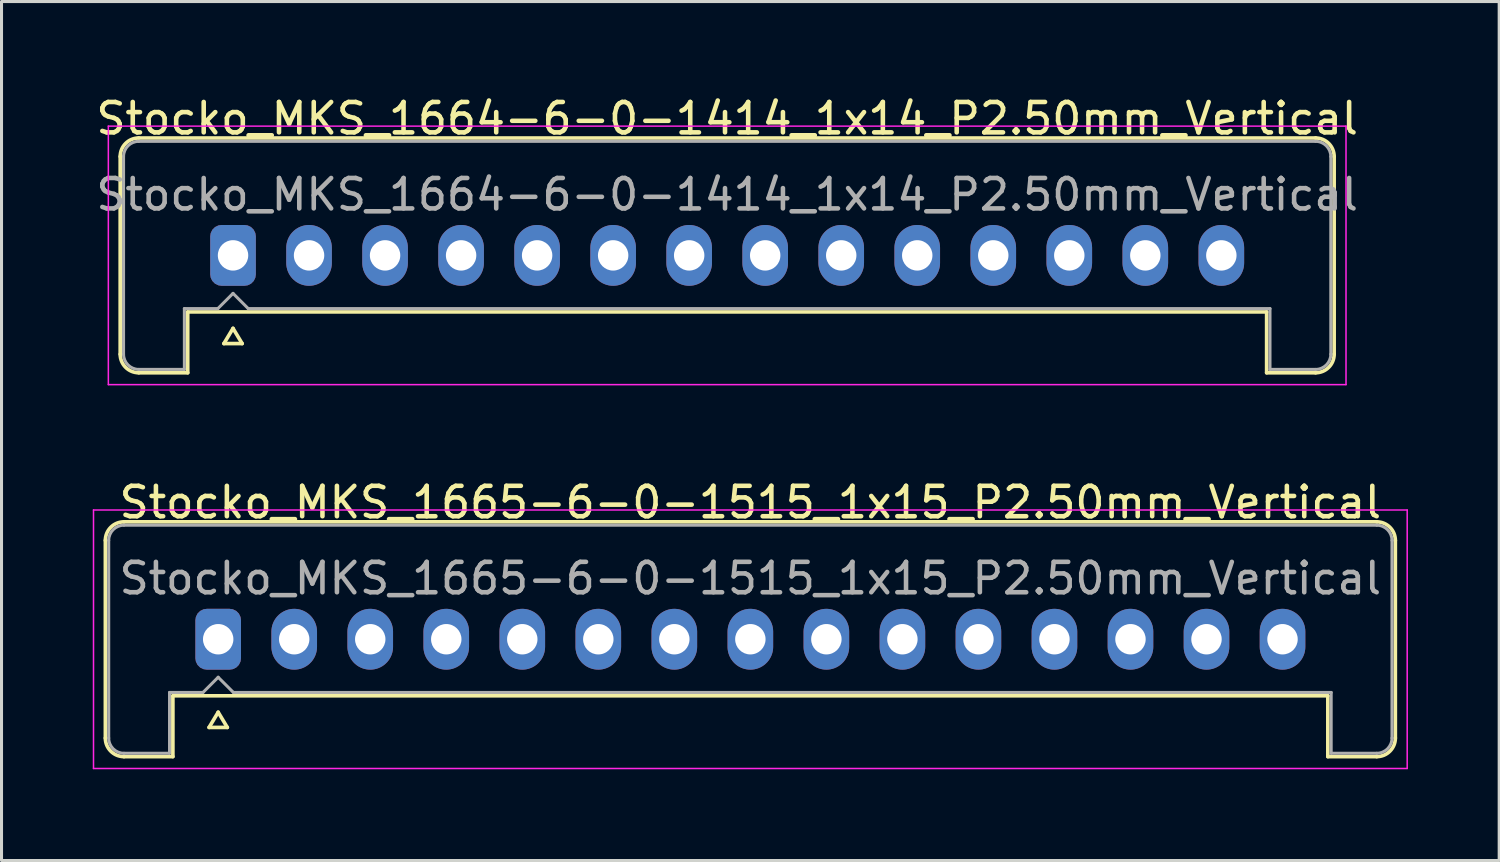
<source format=kicad_pcb>
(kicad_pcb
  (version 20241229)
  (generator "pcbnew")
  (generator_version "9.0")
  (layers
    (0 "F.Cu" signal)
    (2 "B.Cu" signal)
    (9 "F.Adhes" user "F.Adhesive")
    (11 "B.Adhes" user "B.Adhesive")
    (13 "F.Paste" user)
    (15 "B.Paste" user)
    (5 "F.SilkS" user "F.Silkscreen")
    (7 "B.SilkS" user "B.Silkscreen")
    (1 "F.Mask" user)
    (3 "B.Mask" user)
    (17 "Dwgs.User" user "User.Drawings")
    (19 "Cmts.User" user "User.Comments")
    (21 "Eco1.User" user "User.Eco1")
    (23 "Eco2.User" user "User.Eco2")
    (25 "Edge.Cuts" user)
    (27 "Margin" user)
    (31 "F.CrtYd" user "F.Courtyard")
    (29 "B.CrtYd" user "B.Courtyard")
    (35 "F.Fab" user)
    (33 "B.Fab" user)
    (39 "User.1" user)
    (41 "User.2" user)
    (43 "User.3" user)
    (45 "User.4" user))
  (footprint "Stocko_MKS_1664-6-0-1414_1x14_P2.50mm_Vertical"
    (layer "F.Cu")
    (at 4.613 5.348)
    (property "Reference" "Stocko_MKS_1664-6-0-1414_1x14_P2.50mm_Vertical" (at 16.25 -4.5 0) (layer "F.SilkS") (effects (font (size 1 1) (thickness 0.15))))
    (attr through_hole)
    (fp_line (start -3.71 -3.25) (end -3.71 3.25) (stroke (width 0.12) (type solid)) (layer "F.SilkS"))
    (fp_line (start -3.1 -3.86) (end 35.6 -3.86) (stroke (width 0.12) (type solid)) (layer "F.SilkS"))
    (fp_line (start -3.1 3.86) (end -1.49 3.86) (stroke (width 0.12) (type solid)) (layer "F.SilkS"))
    (fp_line (start -1.49 1.86) (end 33.99 1.86) (stroke (width 0.12) (type solid)) (layer "F.SilkS"))
    (fp_line (start -1.49 3.86) (end -1.49 1.86) (stroke (width 0.12) (type solid)) (layer "F.SilkS"))
    (fp_line (start -0.3 2.9) (end 0.3 2.9) (stroke (width 0.12) (type solid)) (layer "F.SilkS"))
    (fp_line (start 0 2.4) (end -0.3 2.9) (stroke (width 0.12) (type solid)) (layer "F.SilkS"))
    (fp_line (start 0.3 2.9) (end 0 2.4) (stroke (width 0.12) (type solid)) (layer "F.SilkS"))
    (fp_line (start 33.99 3.86) (end 33.99 1.86) (stroke (width 0.12) (type solid)) (layer "F.SilkS"))
    (fp_line (start 35.6 3.86) (end 33.99 3.86) (stroke (width 0.12) (type solid)) (layer "F.SilkS"))
    (fp_line (start 36.21 -3.25) (end 36.21 3.25) (stroke (width 0.12) (type solid)) (layer "F.SilkS"))
    (fp_arc (start -3.71 -3.25) (mid -3.531335 -3.681335) (end -3.1 -3.86) (stroke (width 0.12) (type solid)) (layer "F.SilkS"))
    (fp_arc (start -3.1 3.86) (mid -3.531335 3.681335) (end -3.71 3.25) (stroke (width 0.12) (type solid)) (layer "F.SilkS"))
    (fp_arc (start 35.6 -3.86) (mid 36.031335 -3.681335) (end 36.21 -3.25) (stroke (width 0.12) (type solid)) (layer "F.SilkS"))
    (fp_arc (start 36.21 3.25) (mid 36.031335 3.681335) (end 35.6 3.86) (stroke (width 0.12) (type solid)) (layer "F.SilkS"))
    (fp_line (start -4.1 -4.25) (end -4.1 4.25) (stroke (width 0.05) (type solid)) (layer "F.CrtYd"))
    (fp_line (start -4.1 4.25) (end 36.6 4.25) (stroke (width 0.05) (type solid)) (layer "F.CrtYd"))
    (fp_line (start 36.6 -4.25) (end -4.1 -4.25) (stroke (width 0.05) (type solid)) (layer "F.CrtYd"))
    (fp_line (start 36.6 4.25) (end 36.6 -4.25) (stroke (width 0.05) (type solid)) (layer "F.CrtYd"))
    (fp_line (start -3.6 -3.25) (end -3.6 3.25) (stroke (width 0.1) (type solid)) (layer "F.Fab"))
    (fp_line (start -3.1 -3.75) (end 35.6 -3.75) (stroke (width 0.1) (type solid)) (layer "F.Fab"))
    (fp_line (start -3.1 3.75) (end -1.6 3.75) (stroke (width 0.1) (type solid)) (layer "F.Fab"))
    (fp_line (start -1.6 1.75) (end -0.5 1.75) (stroke (width 0.1) (type solid)) (layer "F.Fab"))
    (fp_line (start -1.6 3.75) (end -1.6 1.75) (stroke (width 0.1) (type solid)) (layer "F.Fab"))
    (fp_line (start -0.5 1.75) (end 0 1.25) (stroke (width 0.1) (type solid)) (layer "F.Fab"))
    (fp_line (start 0 1.25) (end 0.5 1.75) (stroke (width 0.1) (type solid)) (layer "F.Fab"))
    (fp_line (start 0.5 1.75) (end 34.1 1.75) (stroke (width 0.1) (type solid)) (layer "F.Fab"))
    (fp_line (start 34.1 3.75) (end 34.1 1.75) (stroke (width 0.1) (type solid)) (layer "F.Fab"))
    (fp_line (start 35.6 3.75) (end 34.1 3.75) (stroke (width 0.1) (type solid)) (layer "F.Fab"))
    (fp_line (start 36.1 -3.25) (end 36.1 3.25) (stroke (width 0.1) (type solid)) (layer "F.Fab"))
    (fp_arc (start -3.6 -3.25) (mid -3.453553 -3.603553) (end -3.1 -3.75) (stroke (width 0.1) (type solid)) (layer "F.Fab"))
    (fp_arc (start -3.1 3.75) (mid -3.453553 3.603553) (end -3.6 3.25) (stroke (width 0.1) (type solid)) (layer "F.Fab"))
    (fp_arc (start 35.6 -3.75) (mid 35.953553 -3.603553) (end 36.1 -3.25) (stroke (width 0.1) (type solid)) (layer "F.Fab"))
    (fp_arc (start 36.1 3.25) (mid 35.953553 3.603553) (end 35.6 3.75) (stroke (width 0.1) (type solid)) (layer "F.Fab"))
    (fp_text user "${REFERENCE}" (at 16.25 -2 0) (layer "F.Fab") (effects (font (size 1 1) (thickness 0.15))))
    (pad "1" thru_hole roundrect (at 0 0) (size 1.5 2) (drill 1) (layers "*.Cu" "*.Mask") (roundrect_rratio 0.25))
    (pad "2" thru_hole oval (at 2.5 0) (size 1.5 2) (drill 1) (layers "*.Cu" "*.Mask"))
    (pad "3" thru_hole oval (at 5 0) (size 1.5 2) (drill 1) (layers "*.Cu" "*.Mask"))
    (pad "4" thru_hole oval (at 7.5 0) (size 1.5 2) (drill 1) (layers "*.Cu" "*.Mask"))
    (pad "5" thru_hole oval (at 10 0) (size 1.5 2) (drill 1) (layers "*.Cu" "*.Mask"))
    (pad "6" thru_hole oval (at 12.5 0) (size 1.5 2) (drill 1) (layers "*.Cu" "*.Mask"))
    (pad "7" thru_hole oval (at 15 0) (size 1.5 2) (drill 1) (layers "*.Cu" "*.Mask"))
    (pad "8" thru_hole oval (at 17.5 0) (size 1.5 2) (drill 1) (layers "*.Cu" "*.Mask"))
    (pad "9" thru_hole oval (at 20 0) (size 1.5 2) (drill 1) (layers "*.Cu" "*.Mask"))
    (pad "10" thru_hole oval (at 22.5 0) (size 1.5 2) (drill 1) (layers "*.Cu" "*.Mask"))
    (pad "11" thru_hole oval (at 25 0) (size 1.5 2) (drill 1) (layers "*.Cu" "*.Mask"))
    (pad "12" thru_hole oval (at 27.5 0) (size 1.5 2) (drill 1) (layers "*.Cu" "*.Mask"))
    (pad "13" thru_hole oval (at 30 0) (size 1.5 2) (drill 1) (layers "*.Cu" "*.Mask"))
    (pad "14" thru_hole oval (at 32.5 0) (size 1.5 2) (drill 1) (layers "*.Cu" "*.Mask")))
  (footprint "Stocko_MKS_1665-6-0-1515_1x15_P2.50mm_Vertical"
    (layer "F.Cu")
    (at 4.125 17.971)
    (property "Reference" "Stocko_MKS_1665-6-0-1515_1x15_P2.50mm_Vertical" (at 17.5 -4.5 0) (layer "F.SilkS") (effects (font (size 1 1) (thickness 0.15))))
    (attr through_hole)
    (fp_line (start -3.71 -3.25) (end -3.71 3.25) (stroke (width 0.12) (type solid)) (layer "F.SilkS"))
    (fp_line (start -3.1 -3.86) (end 38.1 -3.86) (stroke (width 0.12) (type solid)) (layer "F.SilkS"))
    (fp_line (start -3.1 3.86) (end -1.49 3.86) (stroke (width 0.12) (type solid)) (layer "F.SilkS"))
    (fp_line (start -1.49 1.86) (end 36.49 1.86) (stroke (width 0.12) (type solid)) (layer "F.SilkS"))
    (fp_line (start -1.49 3.86) (end -1.49 1.86) (stroke (width 0.12) (type solid)) (layer "F.SilkS"))
    (fp_line (start -0.3 2.9) (end 0.3 2.9) (stroke (width 0.12) (type solid)) (layer "F.SilkS"))
    (fp_line (start 0 2.4) (end -0.3 2.9) (stroke (width 0.12) (type solid)) (layer "F.SilkS"))
    (fp_line (start 0.3 2.9) (end 0 2.4) (stroke (width 0.12) (type solid)) (layer "F.SilkS"))
    (fp_line (start 36.49 3.86) (end 36.49 1.86) (stroke (width 0.12) (type solid)) (layer "F.SilkS"))
    (fp_line (start 38.1 3.86) (end 36.49 3.86) (stroke (width 0.12) (type solid)) (layer "F.SilkS"))
    (fp_line (start 38.71 -3.25) (end 38.71 3.25) (stroke (width 0.12) (type solid)) (layer "F.SilkS"))
    (fp_arc (start -3.71 -3.25) (mid -3.531335 -3.681335) (end -3.1 -3.86) (stroke (width 0.12) (type solid)) (layer "F.SilkS"))
    (fp_arc (start -3.1 3.86) (mid -3.531335 3.681335) (end -3.71 3.25) (stroke (width 0.12) (type solid)) (layer "F.SilkS"))
    (fp_arc (start 38.1 -3.86) (mid 38.531335 -3.681335) (end 38.71 -3.25) (stroke (width 0.12) (type solid)) (layer "F.SilkS"))
    (fp_arc (start 38.71 3.25) (mid 38.531335 3.681335) (end 38.1 3.86) (stroke (width 0.12) (type solid)) (layer "F.SilkS"))
    (fp_line (start -4.1 -4.25) (end -4.1 4.25) (stroke (width 0.05) (type solid)) (layer "F.CrtYd"))
    (fp_line (start -4.1 4.25) (end 39.1 4.25) (stroke (width 0.05) (type solid)) (layer "F.CrtYd"))
    (fp_line (start 39.1 -4.25) (end -4.1 -4.25) (stroke (width 0.05) (type solid)) (layer "F.CrtYd"))
    (fp_line (start 39.1 4.25) (end 39.1 -4.25) (stroke (width 0.05) (type solid)) (layer "F.CrtYd"))
    (fp_line (start -3.6 -3.25) (end -3.6 3.25) (stroke (width 0.1) (type solid)) (layer "F.Fab"))
    (fp_line (start -3.1 -3.75) (end 38.1 -3.75) (stroke (width 0.1) (type solid)) (layer "F.Fab"))
    (fp_line (start -3.1 3.75) (end -1.6 3.75) (stroke (width 0.1) (type solid)) (layer "F.Fab"))
    (fp_line (start -1.6 1.75) (end -0.5 1.75) (stroke (width 0.1) (type solid)) (layer "F.Fab"))
    (fp_line (start -1.6 3.75) (end -1.6 1.75) (stroke (width 0.1) (type solid)) (layer "F.Fab"))
    (fp_line (start -0.5 1.75) (end 0 1.25) (stroke (width 0.1) (type solid)) (layer "F.Fab"))
    (fp_line (start 0 1.25) (end 0.5 1.75) (stroke (width 0.1) (type solid)) (layer "F.Fab"))
    (fp_line (start 0.5 1.75) (end 36.6 1.75) (stroke (width 0.1) (type solid)) (layer "F.Fab"))
    (fp_line (start 36.6 3.75) (end 36.6 1.75) (stroke (width 0.1) (type solid)) (layer "F.Fab"))
    (fp_line (start 38.1 3.75) (end 36.6 3.75) (stroke (width 0.1) (type solid)) (layer "F.Fab"))
    (fp_line (start 38.6 -3.25) (end 38.6 3.25) (stroke (width 0.1) (type solid)) (layer "F.Fab"))
    (fp_arc (start -3.6 -3.25) (mid -3.453553 -3.603553) (end -3.1 -3.75) (stroke (width 0.1) (type solid)) (layer "F.Fab"))
    (fp_arc (start -3.1 3.75) (mid -3.453553 3.603553) (end -3.6 3.25) (stroke (width 0.1) (type solid)) (layer "F.Fab"))
    (fp_arc (start 38.1 -3.75) (mid 38.453553 -3.603553) (end 38.6 -3.25) (stroke (width 0.1) (type solid)) (layer "F.Fab"))
    (fp_arc (start 38.6 3.25) (mid 38.453553 3.603553) (end 38.1 3.75) (stroke (width 0.1) (type solid)) (layer "F.Fab"))
    (fp_text user "${REFERENCE}" (at 17.5 -2 0) (layer "F.Fab") (effects (font (size 1 1) (thickness 0.15))))
    (pad "1" thru_hole roundrect (at 0 0) (size 1.5 2) (drill 1) (layers "*.Cu" "*.Mask") (roundrect_rratio 0.25))
    (pad "2" thru_hole oval (at 2.5 0) (size 1.5 2) (drill 1) (layers "*.Cu" "*.Mask"))
    (pad "3" thru_hole oval (at 5 0) (size 1.5 2) (drill 1) (layers "*.Cu" "*.Mask"))
    (pad "4" thru_hole oval (at 7.5 0) (size 1.5 2) (drill 1) (layers "*.Cu" "*.Mask"))
    (pad "5" thru_hole oval (at 10 0) (size 1.5 2) (drill 1) (layers "*.Cu" "*.Mask"))
    (pad "6" thru_hole oval (at 12.5 0) (size 1.5 2) (drill 1) (layers "*.Cu" "*.Mask"))
    (pad "7" thru_hole oval (at 15 0) (size 1.5 2) (drill 1) (layers "*.Cu" "*.Mask"))
    (pad "8" thru_hole oval (at 17.5 0) (size 1.5 2) (drill 1) (layers "*.Cu" "*.Mask"))
    (pad "9" thru_hole oval (at 20 0) (size 1.5 2) (drill 1) (layers "*.Cu" "*.Mask"))
    (pad "10" thru_hole oval (at 22.5 0) (size 1.5 2) (drill 1) (layers "*.Cu" "*.Mask"))
    (pad "11" thru_hole oval (at 25 0) (size 1.5 2) (drill 1) (layers "*.Cu" "*.Mask"))
    (pad "12" thru_hole oval (at 27.5 0) (size 1.5 2) (drill 1) (layers "*.Cu" "*.Mask"))
    (pad "13" thru_hole oval (at 30 0) (size 1.5 2) (drill 1) (layers "*.Cu" "*.Mask"))
    (pad "14" thru_hole oval (at 32.5 0) (size 1.5 2) (drill 1) (layers "*.Cu" "*.Mask"))
    (pad "15" thru_hole oval (at 35 0) (size 1.5 2) (drill 1) (layers "*.Cu" "*.Mask")))
  (gr_rect
    (start -3 -3)
    (end 46.25 25.247)
    (stroke (width 0.1) (type default))
    (fill no)
    (layer "Edge.Cuts")))
</source>
